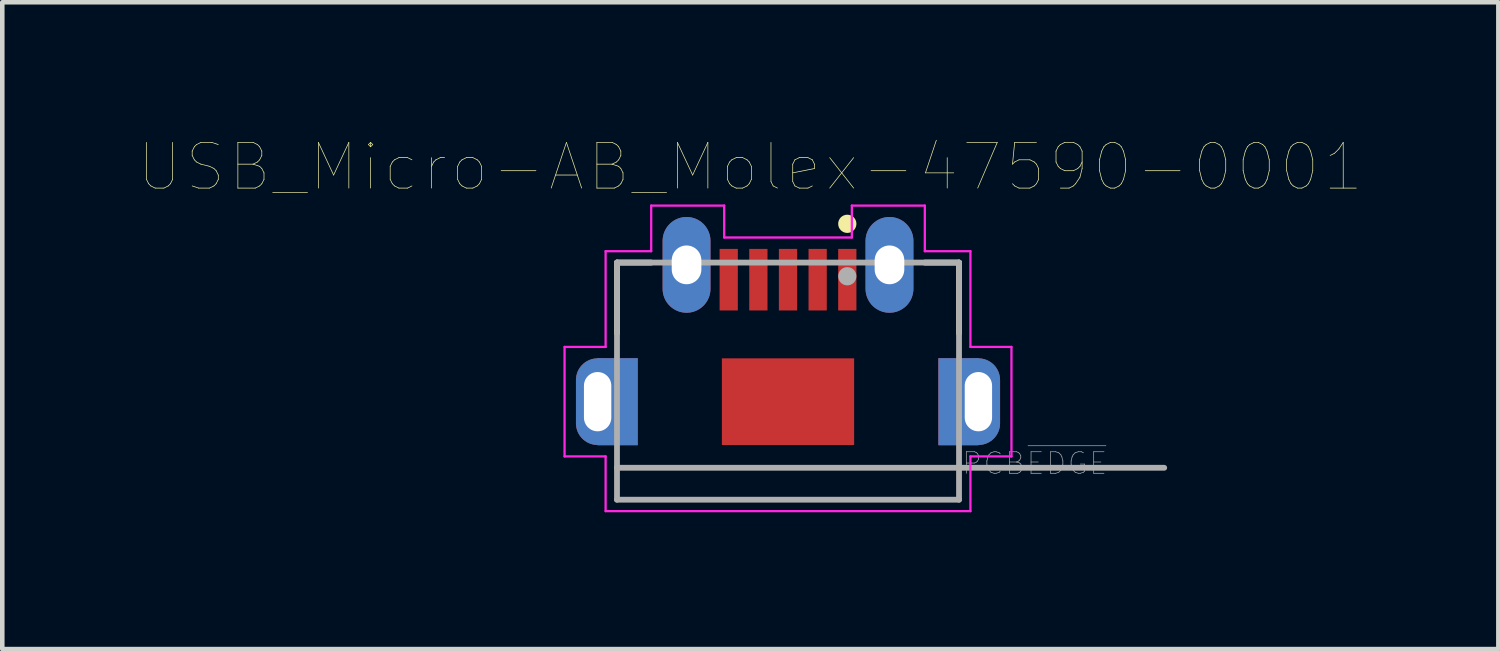
<source format=kicad_pcb>
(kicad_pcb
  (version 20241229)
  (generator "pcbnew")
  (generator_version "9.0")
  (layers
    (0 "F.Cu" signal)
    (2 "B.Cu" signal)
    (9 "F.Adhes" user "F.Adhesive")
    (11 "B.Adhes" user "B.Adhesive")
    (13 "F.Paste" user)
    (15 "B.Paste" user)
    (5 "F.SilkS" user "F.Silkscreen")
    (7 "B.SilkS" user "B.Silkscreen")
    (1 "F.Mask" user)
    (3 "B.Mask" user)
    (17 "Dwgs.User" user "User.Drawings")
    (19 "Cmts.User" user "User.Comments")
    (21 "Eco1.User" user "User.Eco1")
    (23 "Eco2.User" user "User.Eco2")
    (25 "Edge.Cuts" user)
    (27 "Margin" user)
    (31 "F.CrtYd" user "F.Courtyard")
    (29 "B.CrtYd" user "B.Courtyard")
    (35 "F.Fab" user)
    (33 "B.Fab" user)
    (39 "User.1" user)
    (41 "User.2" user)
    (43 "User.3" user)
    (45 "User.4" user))
  (footprint "USB_Micro-AB_Molex-47590-0001"
    (layer "F.Cu")
    (at 14.23 5.758)
    (property "Reference" "USB_Micro-AB_Molex-47590-0001" (at -0.827 -5.146 0) (layer "F.SilkS") (effects (font (size 1.002 1.002) (thickness 0.015))))
    (attr through_hole)
    (fp_poly (pts (xy -4.177 -0.95) (xy -3.3 -0.95) (xy -3.3 0.951) (xy -4.177 0.951)) (stroke (width 0.01) (type solid)) (fill yes) (layer "F.Cu"))
    (fp_poly (pts (xy 3.3 -0.95) (xy 4.175 -0.95) (xy 4.175 0.95) (xy 3.3 0.95)) (stroke (width 0.01) (type solid)) (fill yes) (layer "F.Cu"))
    (fp_poly (pts (xy -4.175 -1.05) (xy -3.2 -1.05) (xy -3.2 1.05) (xy -4.175 1.05)) (stroke (width 0.01) (type solid)) (fill yes) (layer "F.Mask"))
    (fp_poly (pts (xy 3.205 -1.05) (xy 4.175 -1.05) (xy 4.175 1.052) (xy 3.205 1.052)) (stroke (width 0.01) (type solid)) (fill yes) (layer "F.Mask"))
    (fp_poly (pts (xy -4.177 -0.95) (xy -3.3 -0.95) (xy -3.3 0.95) (xy -4.177 0.95)) (stroke (width 0.01) (type solid)) (fill yes) (layer "B.Cu"))
    (fp_poly (pts (xy 3.305 -0.95) (xy 4.175 -0.95) (xy 4.175 0.951) (xy 3.305 0.951)) (stroke (width 0.01) (type solid)) (fill yes) (layer "B.Cu"))
    (fp_poly (pts (xy -4.181 -1.05) (xy -3.2 -1.05) (xy -3.2 1.052) (xy -4.181 1.052)) (stroke (width 0.01) (type solid)) (fill yes) (layer "B.Mask"))
    (fp_poly (pts (xy 3.206 -1.05) (xy 4.175 -1.05) (xy 4.175 1.052) (xy 3.206 1.052)) (stroke (width 0.01) (type solid)) (fill yes) (layer "B.Mask"))
    (fp_line (start -3.75 -3.05) (end -3.75 -1.5) (stroke (width 0.127) (type solid)) (layer "F.SilkS"))
    (fp_line (start -3 -3.05) (end -3.75 -3.05) (stroke (width 0.127) (type solid)) (layer "F.SilkS"))
    (fp_line (start 3 -3.05) (end 3.75 -3.05) (stroke (width 0.127) (type solid)) (layer "F.SilkS"))
    (fp_line (start 3.75 -3.05) (end 3.75 -1.5) (stroke (width 0.127) (type solid)) (layer "F.SilkS"))
    (fp_circle (center 1.3 -3.9) (end 1.4 -3.9) (stroke (width 0.2) (type solid)) (fill no) (layer "F.SilkS"))
    (fp_poly (pts (xy -4.178 -0.95) (xy -3.3 -0.95) (xy -3.3 0.951) (xy -4.178 0.951)) (stroke (width 0.01) (type solid)) (fill yes) (layer "F.Paste"))
    (fp_poly (pts (xy 3.306 -0.95) (xy 4.175 -0.95) (xy 4.175 0.952) (xy 3.306 0.952)) (stroke (width 0.01) (type solid)) (fill yes) (layer "F.Paste"))
    (fp_poly (pts (xy -4.183 -0.95) (xy -3.3 -0.95) (xy -3.3 0.952) (xy -4.183 0.952)) (stroke (width 0.01) (type solid)) (fill yes) (layer "B.Paste"))
    (fp_poly (pts (xy 3.305 -0.95) (xy 4.175 -0.95) (xy 4.175 0.952) (xy 3.305 0.952)) (stroke (width 0.01) (type solid)) (fill yes) (layer "B.Paste"))
    (fp_line (start -2.8 1.45) (end -4.7 1.45) (stroke (width 0.0001) (type solid)) (layer "Edge.Cuts"))
    (fp_line (start -2.8 1.45) (end -2.8 -0.125) (stroke (width 0.0001) (type solid)) (layer "Edge.Cuts"))
    (fp_line (start -1.95 -0.125) (end -1.95 1.45) (stroke (width 0.0001) (type solid)) (layer "Edge.Cuts"))
    (fp_line (start -1.95 1.45) (end 1.95 1.45) (stroke (width 0.0001) (type solid)) (layer "Edge.Cuts"))
    (fp_line (start 1.95 1.45) (end 1.95 -0.125) (stroke (width 0.0001) (type solid)) (layer "Edge.Cuts"))
    (fp_line (start 2.8 -0.125) (end 2.8 1.45) (stroke (width 0.0001) (type solid)) (layer "Edge.Cuts"))
    (fp_line (start 2.8 1.45) (end 4.7 1.45) (stroke (width 0.0001) (type solid)) (layer "Edge.Cuts"))
    (fp_arc (start -2.8 -0.125) (mid -2.375 -0.55) (end -1.95 -0.125) (stroke (width 0.0001) (type solid)) (layer "Edge.Cuts"))
    (fp_arc (start 1.95 -0.125) (mid 2.375 -0.55) (end 2.8 -0.125) (stroke (width 0.0001) (type solid)) (layer "Edge.Cuts"))
    (fp_line (start -4.9 -1.2) (end -4 -1.2) (stroke (width 0.05) (type solid)) (layer "F.CrtYd"))
    (fp_line (start -4.9 1.2) (end -4.9 -1.2) (stroke (width 0.05) (type solid)) (layer "F.CrtYd"))
    (fp_line (start -4 -3.3) (end -3 -3.3) (stroke (width 0.05) (type solid)) (layer "F.CrtYd"))
    (fp_line (start -4 -1.2) (end -4 -3.3) (stroke (width 0.05) (type solid)) (layer "F.CrtYd"))
    (fp_line (start -4 1.2) (end -4.9 1.2) (stroke (width 0.05) (type solid)) (layer "F.CrtYd"))
    (fp_line (start -4 2.4) (end -4 1.2) (stroke (width 0.05) (type solid)) (layer "F.CrtYd"))
    (fp_line (start -3 -4.3) (end -1.4 -4.3) (stroke (width 0.05) (type solid)) (layer "F.CrtYd"))
    (fp_line (start -3 -3.3) (end -3 -4.3) (stroke (width 0.05) (type solid)) (layer "F.CrtYd"))
    (fp_line (start -1.4 -4.3) (end -1.4 -3.6) (stroke (width 0.05) (type solid)) (layer "F.CrtYd"))
    (fp_line (start -1.4 -3.6) (end 1.4 -3.6) (stroke (width 0.05) (type solid)) (layer "F.CrtYd"))
    (fp_line (start 1.4 -4.3) (end 3 -4.3) (stroke (width 0.05) (type solid)) (layer "F.CrtYd"))
    (fp_line (start 1.4 -3.6) (end 1.4 -4.3) (stroke (width 0.05) (type solid)) (layer "F.CrtYd"))
    (fp_line (start 3 -4.3) (end 3 -3.3) (stroke (width 0.05) (type solid)) (layer "F.CrtYd"))
    (fp_line (start 3 -3.3) (end 4 -3.3) (stroke (width 0.05) (type solid)) (layer "F.CrtYd"))
    (fp_line (start 4 -3.3) (end 4 -1.2) (stroke (width 0.05) (type solid)) (layer "F.CrtYd"))
    (fp_line (start 4 -1.2) (end 4.9 -1.2) (stroke (width 0.05) (type solid)) (layer "F.CrtYd"))
    (fp_line (start 4 1.2) (end 4 2.4) (stroke (width 0.05) (type solid)) (layer "F.CrtYd"))
    (fp_line (start 4 2.4) (end -4 2.4) (stroke (width 0.05) (type solid)) (layer "F.CrtYd"))
    (fp_line (start 4.9 -1.2) (end 4.9 1.2) (stroke (width 0.05) (type solid)) (layer "F.CrtYd"))
    (fp_line (start 4.9 1.2) (end 4 1.2) (stroke (width 0.05) (type solid)) (layer "F.CrtYd"))
    (fp_line (start -3.75 -3.05) (end 3.75 -3.05) (stroke (width 0.127) (type solid)) (layer "F.Fab"))
    (fp_line (start -3.75 1.45) (end -3.75 -3.05) (stroke (width 0.127) (type solid)) (layer "F.Fab"))
    (fp_line (start -3.75 1.45) (end 8.25 1.45) (stroke (width 0.127) (type solid)) (layer "F.Fab"))
    (fp_line (start -3.75 2.15) (end -3.75 1.45) (stroke (width 0.127) (type solid)) (layer "F.Fab"))
    (fp_line (start 3.75 -3.05) (end 3.75 2.15) (stroke (width 0.127) (type solid)) (layer "F.Fab"))
    (fp_line (start 3.75 2.15) (end -3.75 2.15) (stroke (width 0.127) (type solid)) (layer "F.Fab"))
    (fp_circle (center 1.3 -2.75) (end 1.4 -2.75) (stroke (width 0.2) (type solid)) (fill no) (layer "F.Fab"))
    (fp_text user "PCB~{EDGE}" (at 5.408 1.353 0) (layer "F.Fab") (effects (font (size 0.473 0.473) (thickness 0.015))))
    (pad "1" smd rect (at 1.3 -2.675) (size 0.4 1.35) (layers "F.Cu" "F.Mask" "F.Paste"))
    (pad "2" smd rect (at 0.65 -2.675) (size 0.4 1.35) (layers "F.Cu" "F.Mask" "F.Paste"))
    (pad "3" smd rect (at 0 -2.675) (size 0.4 1.35) (layers "F.Cu" "F.Mask" "F.Paste"))
    (pad "4" smd rect (at -0.65 -2.675) (size 0.4 1.35) (layers "F.Cu" "F.Mask" "F.Paste"))
    (pad "5" smd rect (at -1.3 -2.675) (size 0.4 1.35) (layers "F.Cu" "F.Mask" "F.Paste"))
    (pad "SH1" thru_hole oval (at -2.225 -3) (size 1.05 2.1) (drill oval 0.65 0.85) (layers "*.Cu" "*.Mask"))
    (pad "SH2" thru_hole oval (at 2.225 -3) (size 1.05 2.1) (drill oval 0.65 0.85) (layers "*.Cu" "*.Mask"))
    (pad "SH3" thru_hole oval (at -4.175 0) (size 0.95 1.9) (drill oval 0.6 1.3) (layers "*.Cu" "*.Mask"))
    (pad "SH4" thru_hole oval (at 4.175 0) (size 0.95 1.9) (drill oval 0.6 1.3) (layers "*.Cu" "*.Mask"))
    (pad "SH5" smd rect (at 0 0) (size 2.9 1.9) (layers "F.Cu" "F.Mask" "F.Paste")))
  (gr_rect
    (start -3 -3)
    (end 29.807 11.183)
    (stroke (width 0.1) (type default))
    (fill no)
    (layer "Edge.Cuts")))
</source>
